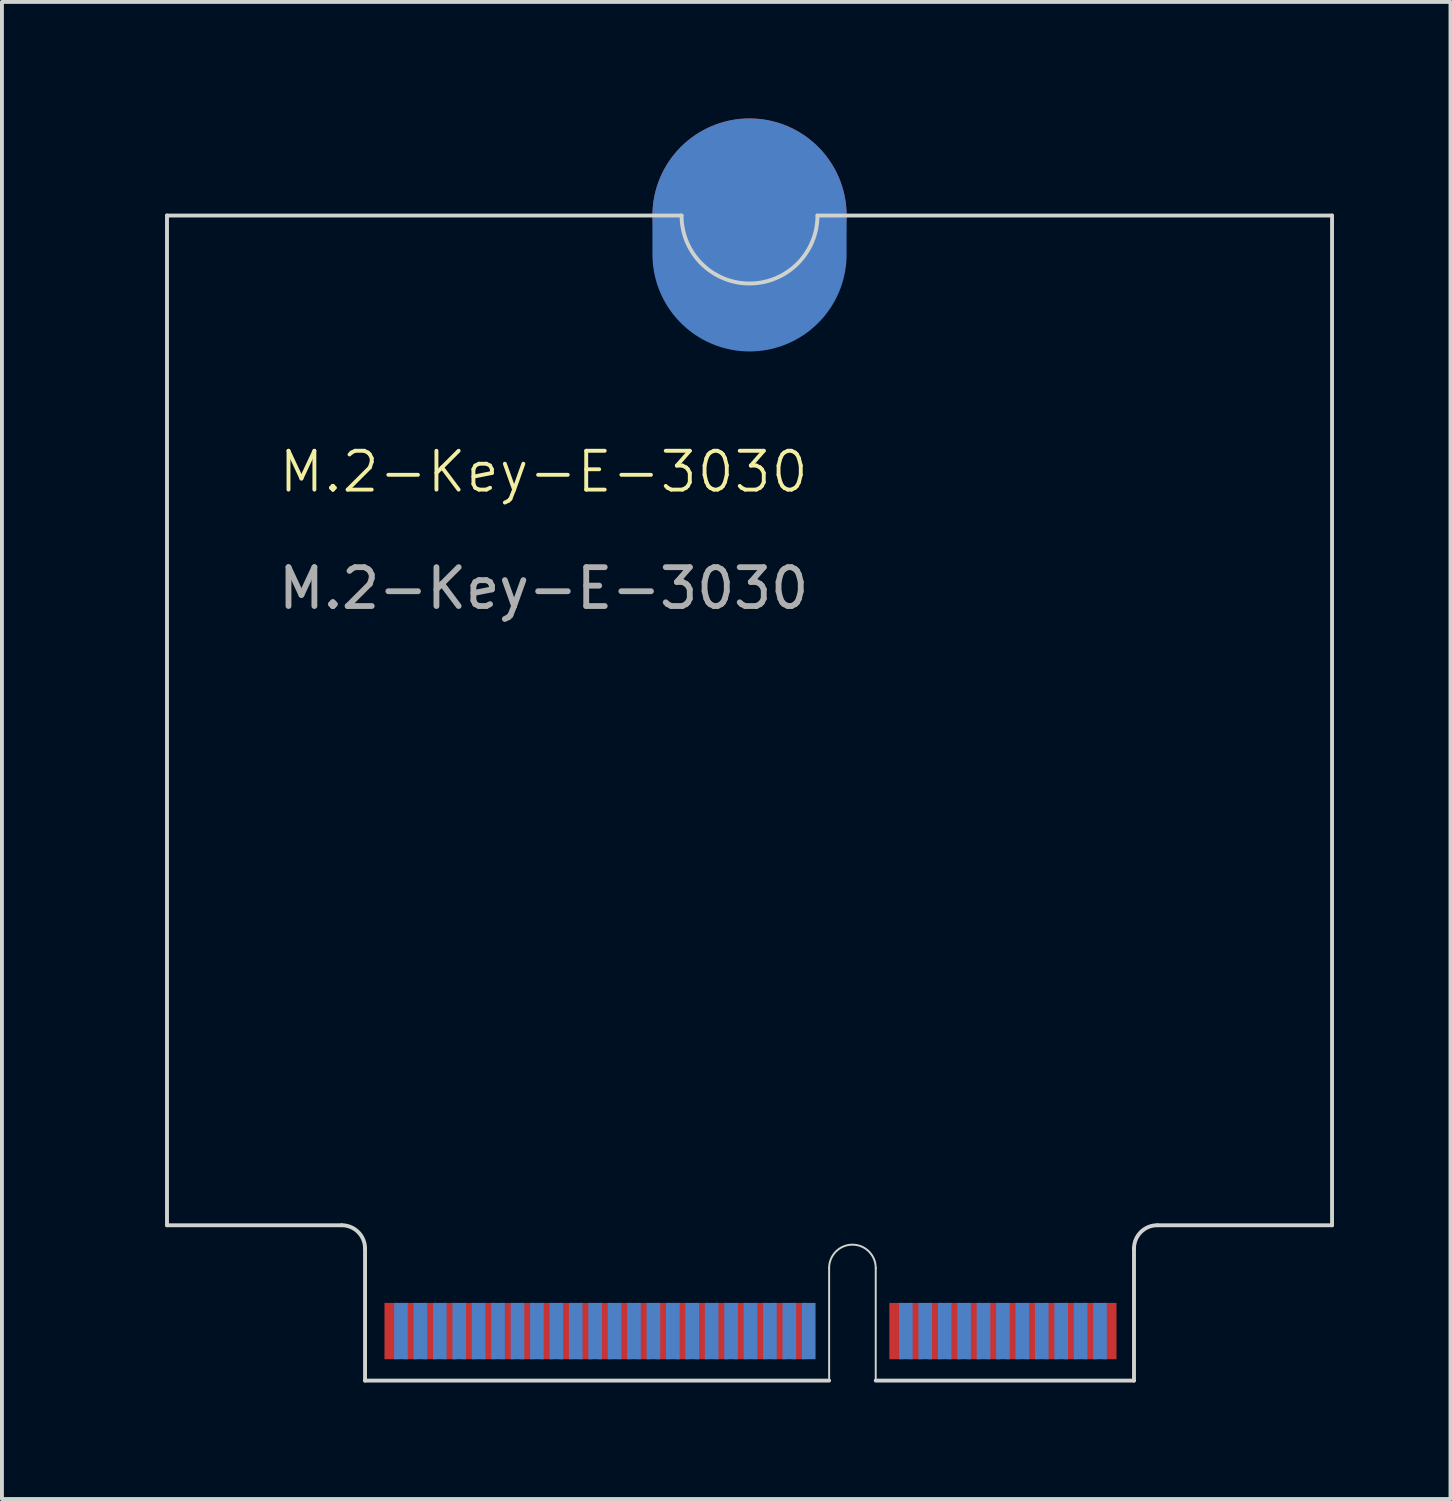
<source format=kicad_pcb>
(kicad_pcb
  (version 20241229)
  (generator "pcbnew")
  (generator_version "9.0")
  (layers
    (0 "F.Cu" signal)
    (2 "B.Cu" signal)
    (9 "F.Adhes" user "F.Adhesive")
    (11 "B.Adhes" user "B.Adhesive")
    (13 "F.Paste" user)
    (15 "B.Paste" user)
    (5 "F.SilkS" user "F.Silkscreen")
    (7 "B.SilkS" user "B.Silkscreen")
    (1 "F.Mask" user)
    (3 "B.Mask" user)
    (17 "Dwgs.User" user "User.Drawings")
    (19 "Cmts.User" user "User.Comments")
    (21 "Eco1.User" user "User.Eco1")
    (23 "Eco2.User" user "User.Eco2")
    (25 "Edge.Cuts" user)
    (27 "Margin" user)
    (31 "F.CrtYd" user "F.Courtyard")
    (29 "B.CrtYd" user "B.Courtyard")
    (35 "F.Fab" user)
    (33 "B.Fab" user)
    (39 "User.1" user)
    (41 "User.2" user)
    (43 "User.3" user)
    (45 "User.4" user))
  (footprint "M.2-Key-E-3030"
    (layer "F.Cu")
    (at 0.25 1.5)
    (property "Reference" "M.2-Key-E-3030" (at 10.7 7.6 0) (unlocked yes) (layer "F.SilkS") (effects (font (size 1 1) (thickness 0.1))))
    (attr exclude_from_pos_files exclude_from_bom allow_missing_courtyard)
    (fp_line (start 1 1) (end 1 27) (stroke (width 0.1) (type default)) (layer "Edge.Cuts"))
    (fp_line (start 1 1) (end 14.25 1) (stroke (width 0.1) (type default)) (layer "Edge.Cuts"))
    (fp_line (start 1 27) (end 5.5 27) (stroke (width 0.1) (type default)) (layer "Edge.Cuts"))
    (fp_line (start 6.1 27.6) (end 6.1 31) (stroke (width 0.1) (type default)) (layer "Edge.Cuts"))
    (fp_line (start 6.1 31) (end 18.05 31) (stroke (width 0.1) (type default)) (layer "Edge.Cuts"))
    (fp_line (start 17.75 1) (end 31 1) (stroke (width 0.1) (type default)) (layer "Edge.Cuts"))
    (fp_line (start 18.05 31) (end 18.05 28.1) (stroke (width 0.05) (type default)) (layer "Edge.Cuts"))
    (fp_line (start 19.25 28.1) (end 19.25 31) (stroke (width 0.05) (type default)) (layer "Edge.Cuts"))
    (fp_line (start 19.25 31) (end 25.9 31) (stroke (width 0.1) (type default)) (layer "Edge.Cuts"))
    (fp_line (start 25.9 27.6) (end 25.9 31) (stroke (width 0.1) (type default)) (layer "Edge.Cuts"))
    (fp_line (start 31 1) (end 31 27) (stroke (width 0.1) (type default)) (layer "Edge.Cuts"))
    (fp_line (start 31 27) (end 26.5 27) (stroke (width 0.1) (type default)) (layer "Edge.Cuts"))
    (fp_arc (start 5.5 27) (mid 5.924264 27.175736) (end 6.1 27.6) (stroke (width 0.1) (type default)) (layer "Edge.Cuts"))
    (fp_arc (start 17.75 1) (mid 16 2.75) (end 14.25 1) (stroke (width 0.1) (type default)) (layer "Edge.Cuts"))
    (fp_arc (start 18.05 28.1) (mid 18.65 27.5) (end 19.25 28.1) (stroke (width 0.05) (type default)) (layer "Edge.Cuts"))
    (fp_arc (start 25.9 27.6) (mid 26.075736 27.175736) (end 26.5 27) (stroke (width 0.1) (type default)) (layer "Edge.Cuts"))
    (fp_text user "${REFERENCE}" (at 10.7 10.6 0) (unlocked yes) (layer "F.Fab") (effects (font (size 1 1) (thickness 0.15))))
    (pad "1" connect rect (at 25.275 29.725) (size 0.35 1.45) (layers "F.Cu" "F.Mask"))
    (pad "2" connect rect (at 25.025 29.725) (size 0.35 1.45) (layers "B.Cu" "B.Mask"))
    (pad "3" connect rect (at 24.775 29.725) (size 0.35 1.45) (layers "F.Cu" "F.Mask"))
    (pad "4" connect rect (at 24.525 29.725) (size 0.35 1.45) (layers "B.Cu" "B.Mask"))
    (pad "5" connect rect (at 24.275 29.725) (size 0.35 1.45) (layers "F.Cu" "F.Mask"))
    (pad "6" connect rect (at 24.025 29.725) (size 0.35 1.45) (layers "B.Cu" "B.Mask"))
    (pad "7" connect rect (at 23.775 29.725) (size 0.35 1.45) (layers "F.Cu" "F.Mask"))
    (pad "8" connect rect (at 23.525 29.725) (size 0.35 1.45) (layers "B.Cu" "B.Mask"))
    (pad "9" connect rect (at 23.275 29.725) (size 0.35 1.45) (layers "F.Cu" "F.Mask"))
    (pad "10" connect rect (at 23.025 29.725) (size 0.35 1.45) (layers "B.Cu" "B.Mask"))
    (pad "11" connect rect (at 22.775 29.725) (size 0.35 1.45) (layers "F.Cu" "F.Mask"))
    (pad "12" connect rect (at 22.525 29.725) (size 0.35 1.45) (layers "B.Cu" "B.Mask"))
    (pad "13" connect rect (at 22.275 29.725) (size 0.35 1.45) (layers "F.Cu" "F.Mask"))
    (pad "14" connect rect (at 22.025 29.725) (size 0.35 1.45) (layers "B.Cu" "B.Mask"))
    (pad "15" connect rect (at 21.775 29.725) (size 0.35 1.45) (layers "F.Cu" "F.Mask"))
    (pad "16" connect rect (at 21.525 29.725) (size 0.35 1.45) (layers "B.Cu" "B.Mask"))
    (pad "17" connect rect (at 21.275 29.725) (size 0.35 1.45) (layers "F.Cu" "F.Mask"))
    (pad "18" connect rect (at 21.025 29.725) (size 0.35 1.45) (layers "B.Cu" "B.Mask"))
    (pad "19" connect rect (at 20.775 29.725) (size 0.35 1.45) (layers "F.Cu" "F.Mask"))
    (pad "20" connect rect (at 20.525 29.725) (size 0.35 1.45) (layers "B.Cu" "B.Mask"))
    (pad "21" connect rect (at 20.275 29.725) (size 0.35 1.45) (layers "F.Cu" "F.Mask"))
    (pad "22" connect rect (at 20.025 29.725) (size 0.35 1.45) (layers "B.Cu" "B.Mask"))
    (pad "23" connect rect (at 19.775 29.725) (size 0.35 1.45) (layers "F.Cu" "F.Mask"))
    (pad "32" connect rect (at 17.525 29.725) (size 0.35 1.45) (layers "B.Cu" "B.Mask"))
    (pad "33" connect rect (at 17.275 29.725) (size 0.35 1.45) (layers "F.Cu" "F.Mask"))
    (pad "34" connect rect (at 17.025 29.725) (size 0.35 1.45) (layers "B.Cu" "B.Mask"))
    (pad "35" connect rect (at 16.775 29.725) (size 0.35 1.45) (layers "F.Cu" "F.Mask"))
    (pad "36" connect rect (at 16.525 29.725) (size 0.35 1.45) (layers "B.Cu" "B.Mask"))
    (pad "37" connect rect (at 16.275 29.725) (size 0.35 1.45) (layers "F.Cu" "F.Mask"))
    (pad "38" connect rect (at 16.025 29.725) (size 0.35 1.45) (layers "B.Cu" "B.Mask"))
    (pad "39" connect rect (at 15.775 29.725) (size 0.35 1.45) (layers "F.Cu" "F.Mask"))
    (pad "40" connect rect (at 15.525 29.725) (size 0.35 1.45) (layers "B.Cu" "B.Mask"))
    (pad "41" connect rect (at 15.275 29.725) (size 0.35 1.45) (layers "F.Cu" "F.Mask"))
    (pad "42" connect rect (at 15.025 29.725) (size 0.35 1.45) (layers "B.Cu" "B.Mask"))
    (pad "43" connect rect (at 14.775 29.725) (size 0.35 1.45) (layers "F.Cu" "F.Mask"))
    (pad "44" connect rect (at 14.525 29.725) (size 0.35 1.45) (layers "B.Cu" "B.Mask"))
    (pad "45" connect rect (at 14.275 29.725) (size 0.35 1.45) (layers "F.Cu" "F.Mask"))
    (pad "46" connect rect (at 14.025 29.725) (size 0.35 1.45) (layers "B.Cu" "B.Mask"))
    (pad "47" connect rect (at 13.775 29.725) (size 0.35 1.45) (layers "F.Cu" "F.Mask"))
    (pad "48" connect rect (at 13.525 29.725) (size 0.35 1.45) (layers "B.Cu" "B.Mask"))
    (pad "49" connect rect (at 13.275 29.725) (size 0.35 1.45) (layers "F.Cu" "F.Mask"))
    (pad "50" connect rect (at 13.025 29.725) (size 0.35 1.45) (layers "B.Cu" "B.Mask"))
    (pad "51" connect rect (at 12.775 29.725) (size 0.35 1.45) (layers "F.Cu" "F.Mask"))
    (pad "52" connect rect (at 12.525 29.725) (size 0.35 1.45) (layers "B.Cu" "B.Mask"))
    (pad "53" connect rect (at 12.275 29.725) (size 0.35 1.45) (layers "F.Cu" "F.Mask"))
    (pad "54" connect rect (at 12.025 29.725) (size 0.35 1.45) (layers "B.Cu" "B.Mask"))
    (pad "55" connect rect (at 11.775 29.725) (size 0.35 1.45) (layers "F.Cu" "F.Mask"))
    (pad "56" connect rect (at 11.525 29.725) (size 0.35 1.45) (layers "B.Cu" "B.Mask"))
    (pad "57" connect rect (at 11.275 29.725) (size 0.35 1.45) (layers "F.Cu" "F.Mask"))
    (pad "58" connect rect (at 11.025 29.725) (size 0.35 1.45) (layers "B.Cu" "B.Mask"))
    (pad "59" connect rect (at 10.775 29.725) (size 0.35 1.45) (layers "F.Cu" "F.Mask"))
    (pad "60" connect rect (at 10.525 29.725) (size 0.35 1.45) (layers "B.Cu" "B.Mask"))
    (pad "61" connect rect (at 10.275 29.725) (size 0.35 1.45) (layers "F.Cu" "F.Mask"))
    (pad "62" connect rect (at 10.025 29.725) (size 0.35 1.45) (layers "B.Cu" "B.Mask"))
    (pad "63" connect rect (at 9.775 29.725) (size 0.35 1.45) (layers "F.Cu" "F.Mask"))
    (pad "64" connect rect (at 9.525 29.725) (size 0.35 1.45) (layers "B.Cu" "B.Mask"))
    (pad "65" connect rect (at 9.275 29.725) (size 0.35 1.45) (layers "F.Cu" "F.Mask"))
    (pad "66" connect rect (at 9.025 29.725) (size 0.35 1.45) (layers "B.Cu" "B.Mask"))
    (pad "67" connect rect (at 8.775 29.725) (size 0.35 1.45) (layers "F.Cu" "F.Mask"))
    (pad "68" connect rect (at 8.525 29.725) (size 0.35 1.45) (layers "B.Cu" "B.Mask"))
    (pad "69" connect rect (at 8.275 29.725) (size 0.35 1.45) (layers "F.Cu" "F.Mask"))
    (pad "70" connect rect (at 8.025 29.725) (size 0.35 1.45) (layers "B.Cu" "B.Mask"))
    (pad "71" connect rect (at 7.775 29.725) (size 0.35 1.45) (layers "F.Cu" "F.Mask"))
    (pad "72" connect rect (at 7.525 29.725) (size 0.35 1.45) (layers "B.Cu" "B.Mask"))
    (pad "73" connect rect (at 7.275 29.725) (size 0.35 1.45) (layers "F.Cu" "F.Mask"))
    (pad "74" connect rect (at 7.025 29.725) (size 0.35 1.45) (layers "B.Cu" "B.Mask"))
    (pad "75" connect rect (at 6.775 29.725) (size 0.35 1.45) (layers "F.Cu" "F.Mask"))
    (pad "76" connect circle (at 16 1) (size 5 5) (layers "F.Cu" "F.Mask"))
    (pad "76" connect oval (at 16 1.5) (size 5 6) (layers "B.Cu" "B.Mask"))
    (zone (net_name "") (layer "F.Cu") (name "TOP COMPONENT KEEPOUT") (hatch edge 0.5) (connect_pads) (min_thickness 0.25) (filled_areas_thickness no) (keepout (tracks allowed) (vias allowed) (pads allowed) (copperpour allowed) (footprints not_allowed)) (placement (enabled no)) (fill) (polygon (pts (xy 6.35 32.5) (xy 6.35 28.5) (xy 26.15 28.5) (xy 26.15 32.5))))
    (zone (net_name "") (layer "B.Cu") (name "BOTTOM COMPONENT KEEPOUT") (hatch edge 0.5) (connect_pads) (min_thickness 0.25) (filled_areas_thickness no) (keepout (tracks allowed) (vias allowed) (pads allowed) (copperpour allowed) (footprints not_allowed)) (placement (enabled no)) (fill) (polygon (pts (xy 6.35 32.5) (xy 26.15 32.5) (xy 26.15 28.5) (xy 27.25 28.5) (xy 27.25 27.3) (xy 5.25 27.3) (xy 5.25 28.5) (xy 6.35 28.5)))))
  (gr_rect
    (start -3 -3)
    (end 34.3 35.55)
    (stroke (width 0.1) (type default))
    (fill no)
    (layer "Edge.Cuts")))
</source>
